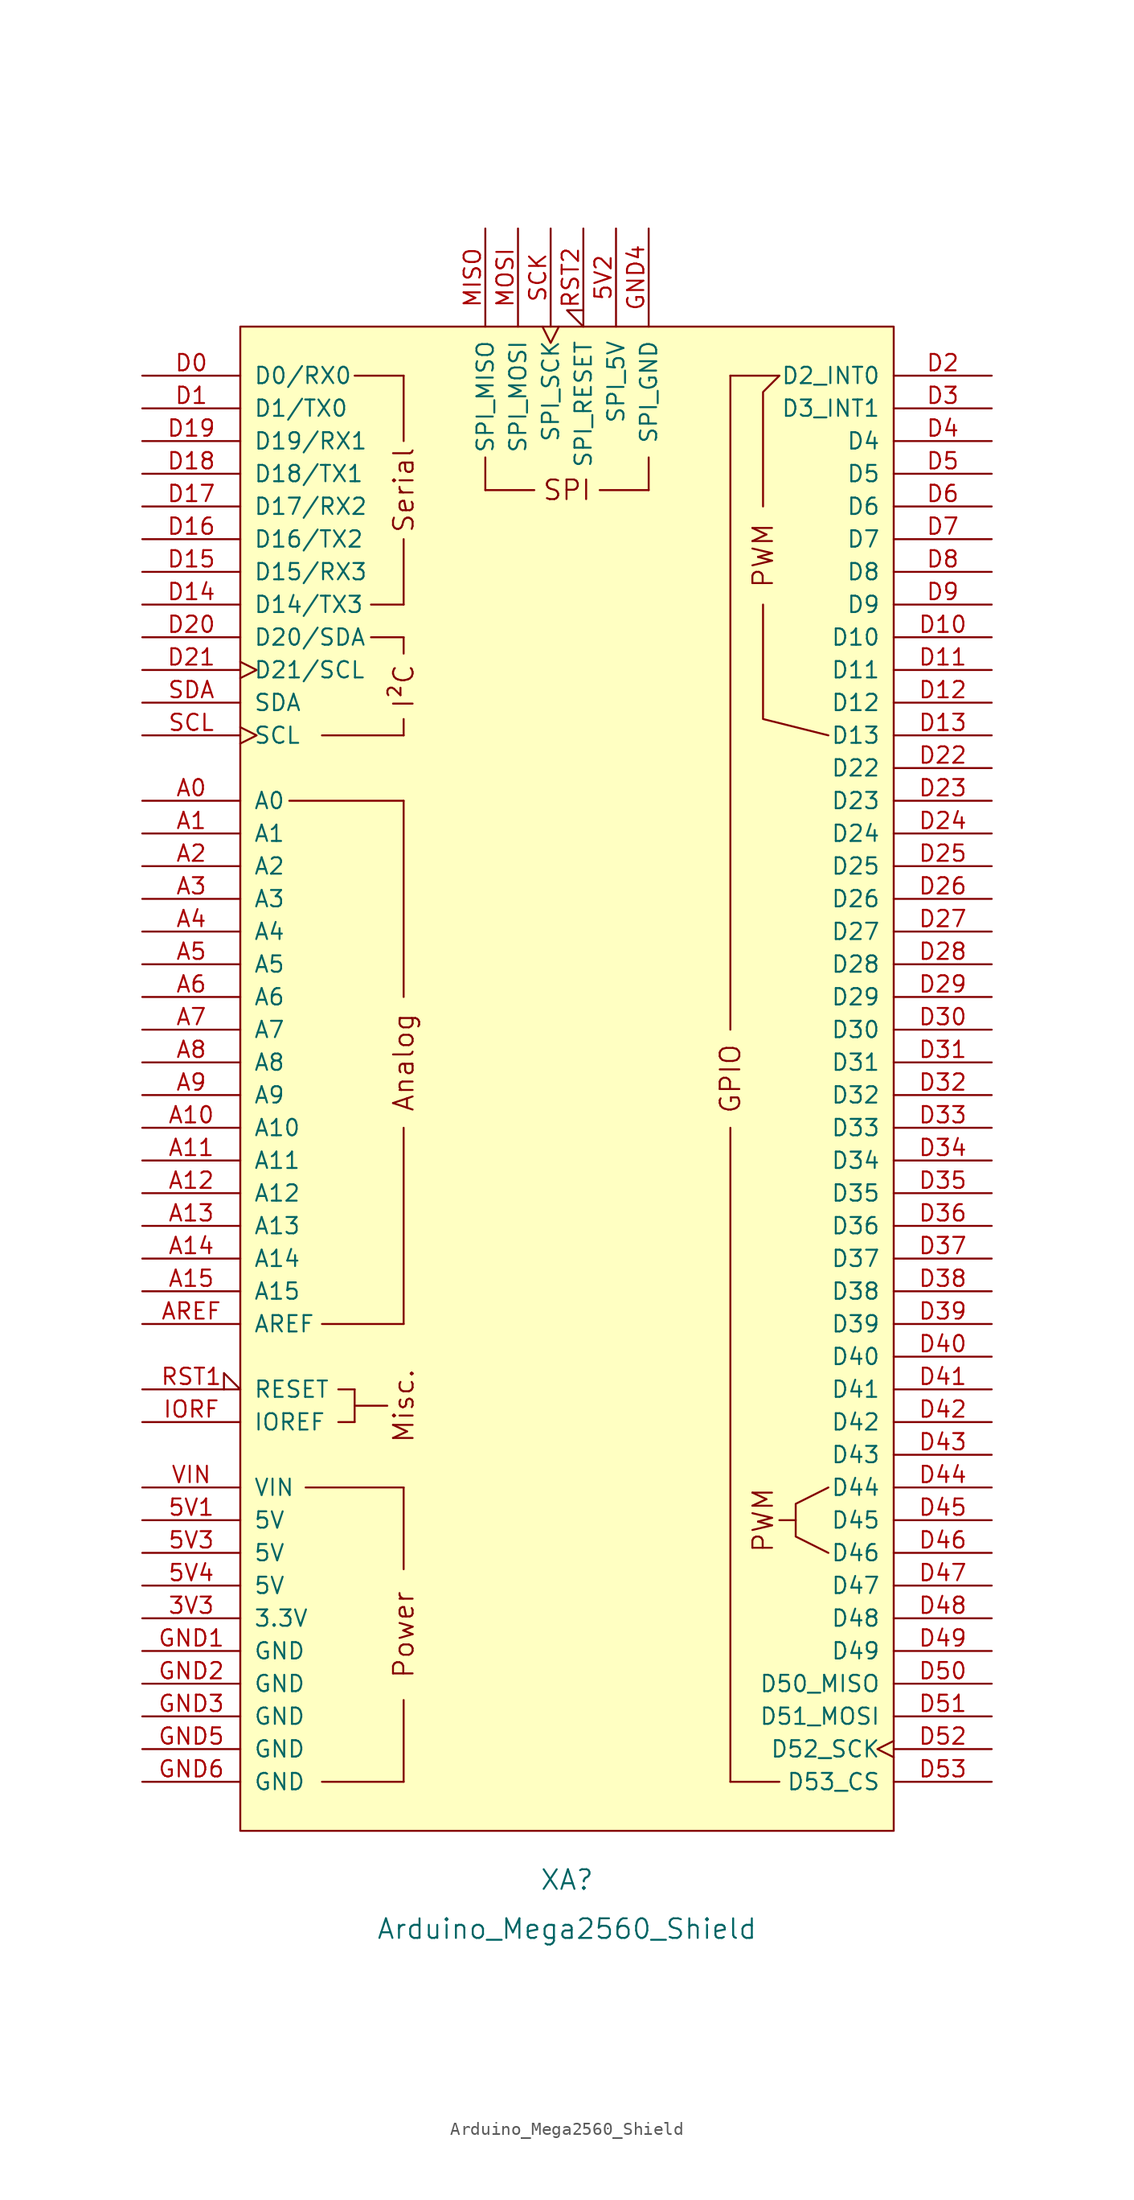
<source format=kicad_sym>
(kicad_symbol_lib
  (version 20211014)
  (generator kicad_symbol_editor)
  (symbol "Arduino_Mega2560_Shield"
    (pin_names
      (offset 1.016))
    (property "Reference" "XA"
      (at 0 -62.23 0)
      (effects (font (size 1.524 1.524))))
    (property "Value" "Arduino_Mega2560_Shield"
      (at 0 -66.04 0)
      (effects (font (size 1.524 1.524))))
    (symbol "Arduino_Mega2560_Shield_0_0"
      (rectangle (start -25.4 -58.42) (end 25.4 58.42) (stroke (width 0) (type default) (color 0 0 0 0)) (fill (type background)))
      (rectangle (start -20.32 -31.75) (end -12.7 -31.75) (stroke (width 0) (type default) (color 0 0 0 0)) (fill (type none)))
      (rectangle (start -19.05 -54.61) (end -12.7 -54.61) (stroke (width 0) (type default) (color 0 0 0 0)) (fill (type none)))
      (rectangle (start -19.05 -19.05) (end -12.7 -19.05) (stroke (width 0) (type default) (color 0 0 0 0)) (fill (type none)))
      (rectangle (start -19.05 26.67) (end -12.7 26.67) (stroke (width 0) (type default) (color 0 0 0 0)) (fill (type none)))
      (rectangle (start -17.78 -26.67) (end -16.51 -26.67) (stroke (width 0) (type default) (color 0 0 0 0)) (fill (type none)))
      (rectangle (start -17.78 -24.13) (end -16.51 -24.13) (stroke (width 0) (type default) (color 0 0 0 0)) (fill (type none)))
      (rectangle (start -16.51 -25.4) (end -13.97 -25.4) (stroke (width 0) (type default) (color 0 0 0 0)) (fill (type none)))
      (rectangle (start -16.51 -24.13) (end -16.51 -26.67) (stroke (width 0) (type default) (color 0 0 0 0)) (fill (type none)))
      (rectangle (start -16.51 54.61) (end -12.7 54.61) (stroke (width 0) (type default) (color 0 0 0 0)) (fill (type none)))
      (rectangle (start -15.24 34.29) (end -12.7 34.29) (stroke (width 0) (type default) (color 0 0 0 0)) (fill (type none)))
      (rectangle (start -15.24 36.83) (end -12.7 36.83) (stroke (width 0) (type default) (color 0 0 0 0)) (fill (type none)))
      (rectangle (start -12.7 -54.61) (end -12.7 -48.26) (stroke (width 0) (type default) (color 0 0 0 0)) (fill (type none)))
      (rectangle (start -12.7 -31.75) (end -12.7 -38.1) (stroke (width 0) (type default) (color 0 0 0 0)) (fill (type none)))
      (rectangle (start -12.7 26.67) (end -12.7 27.94) (stroke (width 0) (type default) (color 0 0 0 0)) (fill (type none)))
      (rectangle (start -12.7 34.29) (end -12.7 33.02) (stroke (width 0) (type default) (color 0 0 0 0)) (fill (type none)))
      (rectangle (start -12.7 41.91) (end -12.7 36.83) (stroke (width 0) (type default) (color 0 0 0 0)) (fill (type none)))
      (rectangle (start -12.7 49.53) (end -12.7 54.61) (stroke (width 0) (type default) (color 0 0 0 0)) (fill (type none)))
      (rectangle (start -6.35 48.26) (end -6.35 45.72) (stroke (width 0) (type default) (color 0 0 0 0)) (fill (type none)))
      (rectangle (start -2.54 45.72) (end -6.35 45.72) (stroke (width 0) (type default) (color 0 0 0 0)) (fill (type none)))
      (polyline (pts (xy -21.59 21.59) (xy -12.7 21.59)) (stroke (width 0) (type default) (color 0 0 0 0)) (fill (type none)))
      (polyline (pts (xy -12.7 -19.05) (xy -12.7 -3.81)) (stroke (width 0) (type default) (color 0 0 0 0)) (fill (type none)))
      (polyline (pts (xy -12.7 6.35) (xy -12.7 21.59)) (stroke (width 0) (type default) (color 0 0 0 0)) (fill (type none)))
      (polyline (pts (xy 12.7 -54.61) (xy 16.51 -54.61)) (stroke (width 0) (type default) (color 0 0 0 0)) (fill (type none)))
      (polyline (pts (xy 12.7 54.61) (xy 16.51 54.61)) (stroke (width 0) (type default) (color 0 0 0 0)) (fill (type none)))
      (polyline (pts (xy 17.78 -34.29) (xy 16.51 -34.29)) (stroke (width 0) (type default) (color 0 0 0 0)) (fill (type none)))
      (polyline (pts (xy 15.24 36.83) (xy 15.24 27.94) (xy 20.32 26.67)) (stroke (width 0) (type default) (color 0 0 0 0)) (fill (type none)))
      (polyline (pts (xy 15.24 44.45) (xy 15.24 53.34) (xy 16.51 54.61)) (stroke (width 0) (type default) (color 0 0 0 0)) (fill (type none)))
      (polyline (pts (xy 20.32 -31.75) (xy 17.78 -33.02) (xy 17.78 -35.56) (xy 20.32 -36.83)) (stroke (width 0) (type default) (color 0 0 0 0)) (fill (type none)))
      (rectangle (start 6.35 45.72) (end 2.54 45.72) (stroke (width 0) (type default) (color 0 0 0 0)) (fill (type none)))
      (rectangle (start 6.35 48.26) (end 6.35 45.72) (stroke (width 0) (type default) (color 0 0 0 0)) (fill (type none)))
      (text "Analog" (at -12.7 1.27 900) (effects (font (size 1.524 1.524))))
      (text "I²C" (at -12.7 30.48 900) (effects (font (size 1.524 1.524))))
      (text "Misc." (at -12.7 -25.4 900) (effects (font (size 1.524 1.524))))
      (text "Power" (at -12.7 -43.18 900) (effects (font (size 1.524 1.524))))
      (text "PWM" (at 15.24 -34.29 900) (effects (font (size 1.524 1.524))))
      (text "PWM" (at 15.24 40.64 900) (effects (font (size 1.524 1.524))))
      (text "Serial" (at -12.7 45.72 900) (effects (font (size 1.524 1.524))))
      (text "SPI" (at 0 45.72 0) (effects (font (size 1.524 1.524)))))
    (symbol "Arduino_Mega2560_Shield_1_0"
      (rectangle (start 12.7 -54.61) (end 12.7 -3.81) (stroke (width 0) (type default) (color 0 0 0 0)) (fill (type none)))
      (rectangle (start 12.7 54.61) (end 12.7 3.81) (stroke (width 0) (type default) (color 0 0 0 0)) (fill (type none)))
      (text "GPIO" (at 12.7 0 900) (effects (font (size 1.524 1.524)))))
    (symbol "Arduino_Mega2560_Shield_1_1"
      (pin power_out line (at -33.02 -41.91 0) (length 7.62) (name "3.3V" (effects (font (size 1.27 1.27)))) (number "3V3" (effects (font (size 1.27 1.27)))))
      (pin power_in line (at -33.02 -34.29 0) (length 7.62) (name "5V" (effects (font (size 1.27 1.27)))) (number "5V1" (effects (font (size 1.27 1.27)))))
      (pin power_in line (at 3.81 66.04 270) (length 7.62) (name "SPI_5V" (effects (font (size 1.27 1.27)))) (number "5V2" (effects (font (size 1.27 1.27)))))
      (pin power_in line (at -33.02 -36.83 0) (length 7.62) (name "5V" (effects (font (size 1.27 1.27)))) (number "5V3" (effects (font (size 1.27 1.27)))))
      (pin power_in line (at -33.02 -39.37 0) (length 7.62) (name "5V" (effects (font (size 1.27 1.27)))) (number "5V4" (effects (font (size 1.27 1.27)))))
      (pin bidirectional line (at -33.02 21.59 0) (length 7.62) (name "A0" (effects (font (size 1.27 1.27)))) (number "A0" (effects (font (size 1.27 1.27)))))
      (pin bidirectional line (at -33.02 19.05 0) (length 7.62) (name "A1" (effects (font (size 1.27 1.27)))) (number "A1" (effects (font (size 1.27 1.27)))))
      (pin bidirectional line (at -33.02 -3.81 0) (length 7.62) (name "A10" (effects (font (size 1.27 1.27)))) (number "A10" (effects (font (size 1.27 1.27)))))
      (pin bidirectional line (at -33.02 -6.35 0) (length 7.62) (name "A11" (effects (font (size 1.27 1.27)))) (number "A11" (effects (font (size 1.27 1.27)))))
      (pin bidirectional line (at -33.02 -8.89 0) (length 7.62) (name "A12" (effects (font (size 1.27 1.27)))) (number "A12" (effects (font (size 1.27 1.27)))))
      (pin bidirectional line (at -33.02 -11.43 0) (length 7.62) (name "A13" (effects (font (size 1.27 1.27)))) (number "A13" (effects (font (size 1.27 1.27)))))
      (pin bidirectional line (at -33.02 -13.97 0) (length 7.62) (name "A14" (effects (font (size 1.27 1.27)))) (number "A14" (effects (font (size 1.27 1.27)))))
      (pin bidirectional line (at -33.02 -16.51 0) (length 7.62) (name "A15" (effects (font (size 1.27 1.27)))) (number "A15" (effects (font (size 1.27 1.27)))))
      (pin bidirectional line (at -33.02 16.51 0) (length 7.62) (name "A2" (effects (font (size 1.27 1.27)))) (number "A2" (effects (font (size 1.27 1.27)))))
      (pin bidirectional line (at -33.02 13.97 0) (length 7.62) (name "A3" (effects (font (size 1.27 1.27)))) (number "A3" (effects (font (size 1.27 1.27)))))
      (pin bidirectional line (at -33.02 11.43 0) (length 7.62) (name "A4" (effects (font (size 1.27 1.27)))) (number "A4" (effects (font (size 1.27 1.27)))))
      (pin bidirectional line (at -33.02 8.89 0) (length 7.62) (name "A5" (effects (font (size 1.27 1.27)))) (number "A5" (effects (font (size 1.27 1.27)))))
      (pin bidirectional line (at -33.02 6.35 0) (length 7.62) (name "A6" (effects (font (size 1.27 1.27)))) (number "A6" (effects (font (size 1.27 1.27)))))
      (pin bidirectional line (at -33.02 3.81 0) (length 7.62) (name "A7" (effects (font (size 1.27 1.27)))) (number "A7" (effects (font (size 1.27 1.27)))))
      (pin bidirectional line (at -33.02 1.27 0) (length 7.62) (name "A8" (effects (font (size 1.27 1.27)))) (number "A8" (effects (font (size 1.27 1.27)))))
      (pin bidirectional line (at -33.02 -1.27 0) (length 7.62) (name "A9" (effects (font (size 1.27 1.27)))) (number "A9" (effects (font (size 1.27 1.27)))))
      (pin input line (at -33.02 -19.05 0) (length 7.62) (name "AREF" (effects (font (size 1.27 1.27)))) (number "AREF" (effects (font (size 1.27 1.27)))))
      (pin bidirectional line (at -33.02 54.61 0) (length 7.62) (name "D0/RX0" (effects (font (size 1.27 1.27)))) (number "D0" (effects (font (size 1.27 1.27)))))
      (pin bidirectional line (at -33.02 52.07 0) (length 7.62) (name "D1/TX0" (effects (font (size 1.27 1.27)))) (number "D1" (effects (font (size 1.27 1.27)))))
      (pin bidirectional line (at 33.02 34.29 180) (length 7.62) (name "D10" (effects (font (size 1.27 1.27)))) (number "D10" (effects (font (size 1.27 1.27)))))
      (pin bidirectional line (at 33.02 31.75 180) (length 7.62) (name "D11" (effects (font (size 1.27 1.27)))) (number "D11" (effects (font (size 1.27 1.27)))))
      (pin bidirectional line (at 33.02 29.21 180) (length 7.62) (name "D12" (effects (font (size 1.27 1.27)))) (number "D12" (effects (font (size 1.27 1.27)))))
      (pin bidirectional line (at 33.02 26.67 180) (length 7.62) (name "D13" (effects (font (size 1.27 1.27)))) (number "D13" (effects (font (size 1.27 1.27)))))
      (pin bidirectional line (at -33.02 36.83 0) (length 7.62) (name "D14/TX3" (effects (font (size 1.27 1.27)))) (number "D14" (effects (font (size 1.27 1.27)))))
      (pin bidirectional line (at -33.02 39.37 0) (length 7.62) (name "D15/RX3" (effects (font (size 1.27 1.27)))) (number "D15" (effects (font (size 1.27 1.27)))))
      (pin bidirectional line (at -33.02 41.91 0) (length 7.62) (name "D16/TX2" (effects (font (size 1.27 1.27)))) (number "D16" (effects (font (size 1.27 1.27)))))
      (pin bidirectional line (at -33.02 44.45 0) (length 7.62) (name "D17/RX2" (effects (font (size 1.27 1.27)))) (number "D17" (effects (font (size 1.27 1.27)))))
      (pin bidirectional line (at -33.02 46.99 0) (length 7.62) (name "D18/TX1" (effects (font (size 1.27 1.27)))) (number "D18" (effects (font (size 1.27 1.27)))))
      (pin bidirectional line (at -33.02 49.53 0) (length 7.62) (name "D19/RX1" (effects (font (size 1.27 1.27)))) (number "D19" (effects (font (size 1.27 1.27)))))
      (pin bidirectional line (at 33.02 54.61 180) (length 7.62) (name "D2_INT0" (effects (font (size 1.27 1.27)))) (number "D2" (effects (font (size 1.27 1.27)))))
      (pin bidirectional line (at -33.02 34.29 0) (length 7.62) (name "D20/SDA" (effects (font (size 1.27 1.27)))) (number "D20" (effects (font (size 1.27 1.27)))))
      (pin bidirectional clock (at -33.02 31.75 0) (length 7.62) (name "D21/SCL" (effects (font (size 1.27 1.27)))) (number "D21" (effects (font (size 1.27 1.27)))))
      (pin bidirectional line (at 33.02 24.13 180) (length 7.62) (name "D22" (effects (font (size 1.27 1.27)))) (number "D22" (effects (font (size 1.27 1.27)))))
      (pin bidirectional line (at 33.02 21.59 180) (length 7.62) (name "D23" (effects (font (size 1.27 1.27)))) (number "D23" (effects (font (size 1.27 1.27)))))
      (pin bidirectional line (at 33.02 19.05 180) (length 7.62) (name "D24" (effects (font (size 1.27 1.27)))) (number "D24" (effects (font (size 1.27 1.27)))))
      (pin bidirectional line (at 33.02 16.51 180) (length 7.62) (name "D25" (effects (font (size 1.27 1.27)))) (number "D25" (effects (font (size 1.27 1.27)))))
      (pin bidirectional line (at 33.02 13.97 180) (length 7.62) (name "D26" (effects (font (size 1.27 1.27)))) (number "D26" (effects (font (size 1.27 1.27)))))
      (pin bidirectional line (at 33.02 11.43 180) (length 7.62) (name "D27" (effects (font (size 1.27 1.27)))) (number "D27" (effects (font (size 1.27 1.27)))))
      (pin bidirectional line (at 33.02 8.89 180) (length 7.62) (name "D28" (effects (font (size 1.27 1.27)))) (number "D28" (effects (font (size 1.27 1.27)))))
      (pin bidirectional line (at 33.02 6.35 180) (length 7.62) (name "D29" (effects (font (size 1.27 1.27)))) (number "D29" (effects (font (size 1.27 1.27)))))
      (pin bidirectional line (at 33.02 52.07 180) (length 7.62) (name "D3_INT1" (effects (font (size 1.27 1.27)))) (number "D3" (effects (font (size 1.27 1.27)))))
      (pin bidirectional line (at 33.02 3.81 180) (length 7.62) (name "D30" (effects (font (size 1.27 1.27)))) (number "D30" (effects (font (size 1.27 1.27)))))
      (pin bidirectional line (at 33.02 1.27 180) (length 7.62) (name "D31" (effects (font (size 1.27 1.27)))) (number "D31" (effects (font (size 1.27 1.27)))))
      (pin bidirectional line (at 33.02 -1.27 180) (length 7.62) (name "D32" (effects (font (size 1.27 1.27)))) (number "D32" (effects (font (size 1.27 1.27)))))
      (pin bidirectional line (at 33.02 -3.81 180) (length 7.62) (name "D33" (effects (font (size 1.27 1.27)))) (number "D33" (effects (font (size 1.27 1.27)))))
      (pin bidirectional line (at 33.02 -6.35 180) (length 7.62) (name "D34" (effects (font (size 1.27 1.27)))) (number "D34" (effects (font (size 1.27 1.27)))))
      (pin bidirectional line (at 33.02 -8.89 180) (length 7.62) (name "D35" (effects (font (size 1.27 1.27)))) (number "D35" (effects (font (size 1.27 1.27)))))
      (pin bidirectional line (at 33.02 -11.43 180) (length 7.62) (name "D36" (effects (font (size 1.27 1.27)))) (number "D36" (effects (font (size 1.27 1.27)))))
      (pin bidirectional line (at 33.02 -13.97 180) (length 7.62) (name "D37" (effects (font (size 1.27 1.27)))) (number "D37" (effects (font (size 1.27 1.27)))))
      (pin bidirectional line (at 33.02 -16.51 180) (length 7.62) (name "D38" (effects (font (size 1.27 1.27)))) (number "D38" (effects (font (size 1.27 1.27)))))
      (pin bidirectional line (at 33.02 -19.05 180) (length 7.62) (name "D39" (effects (font (size 1.27 1.27)))) (number "D39" (effects (font (size 1.27 1.27)))))
      (pin bidirectional line (at 33.02 49.53 180) (length 7.62) (name "D4" (effects (font (size 1.27 1.27)))) (number "D4" (effects (font (size 1.27 1.27)))))
      (pin bidirectional line (at 33.02 -21.59 180) (length 7.62) (name "D40" (effects (font (size 1.27 1.27)))) (number "D40" (effects (font (size 1.27 1.27)))))
      (pin bidirectional line (at 33.02 -24.13 180) (length 7.62) (name "D41" (effects (font (size 1.27 1.27)))) (number "D41" (effects (font (size 1.27 1.27)))))
      (pin bidirectional line (at 33.02 -26.67 180) (length 7.62) (name "D42" (effects (font (size 1.27 1.27)))) (number "D42" (effects (font (size 1.27 1.27)))))
      (pin bidirectional line (at 33.02 -29.21 180) (length 7.62) (name "D43" (effects (font (size 1.27 1.27)))) (number "D43" (effects (font (size 1.27 1.27)))))
      (pin bidirectional line (at 33.02 -31.75 180) (length 7.62) (name "D44" (effects (font (size 1.27 1.27)))) (number "D44" (effects (font (size 1.27 1.27)))))
      (pin bidirectional line (at 33.02 -34.29 180) (length 7.62) (name "D45" (effects (font (size 1.27 1.27)))) (number "D45" (effects (font (size 1.27 1.27)))))
      (pin bidirectional line (at 33.02 -36.83 180) (length 7.62) (name "D46" (effects (font (size 1.27 1.27)))) (number "D46" (effects (font (size 1.27 1.27)))))
      (pin bidirectional line (at 33.02 -39.37 180) (length 7.62) (name "D47" (effects (font (size 1.27 1.27)))) (number "D47" (effects (font (size 1.27 1.27)))))
      (pin bidirectional line (at 33.02 -41.91 180) (length 7.62) (name "D48" (effects (font (size 1.27 1.27)))) (number "D48" (effects (font (size 1.27 1.27)))))
      (pin bidirectional line (at 33.02 -44.45 180) (length 7.62) (name "D49" (effects (font (size 1.27 1.27)))) (number "D49" (effects (font (size 1.27 1.27)))))
      (pin bidirectional line (at 33.02 46.99 180) (length 7.62) (name "D5" (effects (font (size 1.27 1.27)))) (number "D5" (effects (font (size 1.27 1.27)))))
      (pin bidirectional line (at 33.02 -46.99 180) (length 7.62) (name "D50_MISO" (effects (font (size 1.27 1.27)))) (number "D50" (effects (font (size 1.27 1.27)))))
      (pin bidirectional line (at 33.02 -49.53 180) (length 7.62) (name "D51_MOSI" (effects (font (size 1.27 1.27)))) (number "D51" (effects (font (size 1.27 1.27)))))
      (pin bidirectional clock (at 33.02 -52.07 180) (length 7.62) (name "D52_SCK" (effects (font (size 1.27 1.27)))) (number "D52" (effects (font (size 1.27 1.27)))))
      (pin bidirectional line (at 33.02 -54.61 180) (length 7.62) (name "D53_CS" (effects (font (size 1.27 1.27)))) (number "D53" (effects (font (size 1.27 1.27)))))
      (pin bidirectional line (at 33.02 44.45 180) (length 7.62) (name "D6" (effects (font (size 1.27 1.27)))) (number "D6" (effects (font (size 1.27 1.27)))))
      (pin bidirectional line (at 33.02 41.91 180) (length 7.62) (name "D7" (effects (font (size 1.27 1.27)))) (number "D7" (effects (font (size 1.27 1.27)))))
      (pin bidirectional line (at 33.02 39.37 180) (length 7.62) (name "D8" (effects (font (size 1.27 1.27)))) (number "D8" (effects (font (size 1.27 1.27)))))
      (pin bidirectional line (at 33.02 36.83 180) (length 7.62) (name "D9" (effects (font (size 1.27 1.27)))) (number "D9" (effects (font (size 1.27 1.27)))))
      (pin power_in line (at -33.02 -44.45 0) (length 7.62) (name "GND" (effects (font (size 1.27 1.27)))) (number "GND1" (effects (font (size 1.27 1.27)))))
      (pin power_in line (at -33.02 -46.99 0) (length 7.62) (name "GND" (effects (font (size 1.27 1.27)))) (number "GND2" (effects (font (size 1.27 1.27)))))
      (pin power_in line (at -33.02 -49.53 0) (length 7.62) (name "GND" (effects (font (size 1.27 1.27)))) (number "GND3" (effects (font (size 1.27 1.27)))))
      (pin power_in line (at 6.35 66.04 270) (length 7.62) (name "SPI_GND" (effects (font (size 1.27 1.27)))) (number "GND4" (effects (font (size 1.27 1.27)))))
      (pin power_in line (at -33.02 -52.07 0) (length 7.62) (name "GND" (effects (font (size 1.27 1.27)))) (number "GND5" (effects (font (size 1.27 1.27)))))
      (pin power_in line (at -33.02 -54.61 0) (length 7.62) (name "GND" (effects (font (size 1.27 1.27)))) (number "GND6" (effects (font (size 1.27 1.27)))))
      (pin output line (at -33.02 -26.67 0) (length 7.62) (name "IOREF" (effects (font (size 1.27 1.27)))) (number "IORF" (effects (font (size 1.27 1.27)))))
      (pin input line (at -6.35 66.04 270) (length 7.62) (name "SPI_MISO" (effects (font (size 1.27 1.27)))) (number "MISO" (effects (font (size 1.27 1.27)))))
      (pin output line (at -3.81 66.04 270) (length 7.62) (name "SPI_MOSI" (effects (font (size 1.27 1.27)))) (number "MOSI" (effects (font (size 1.27 1.27)))))
      (pin open_collector input_low (at -33.02 -24.13 0) (length 7.62) (name "RESET" (effects (font (size 1.27 1.27)))) (number "RST1" (effects (font (size 1.27 1.27)))))
      (pin open_collector input_low (at 1.27 66.04 270) (length 7.62) (name "SPI_RESET" (effects (font (size 1.27 1.27)))) (number "RST2" (effects (font (size 1.27 1.27)))))
      (pin output clock (at -1.27 66.04 270) (length 7.62) (name "SPI_SCK" (effects (font (size 1.27 1.27)))) (number "SCK" (effects (font (size 1.27 1.27)))))
      (pin bidirectional clock (at -33.02 26.67 0) (length 7.62) (name "SCL" (effects (font (size 1.27 1.27)))) (number "SCL" (effects (font (size 1.27 1.27)))))
      (pin bidirectional line (at -33.02 29.21 0) (length 7.62) (name "SDA" (effects (font (size 1.27 1.27)))) (number "SDA" (effects (font (size 1.27 1.27)))))
      (pin power_in line (at -33.02 -31.75 0) (length 7.62) (name "VIN" (effects (font (size 1.27 1.27)))) (number "VIN" (effects (font (size 1.27 1.27))))))))
</source>
